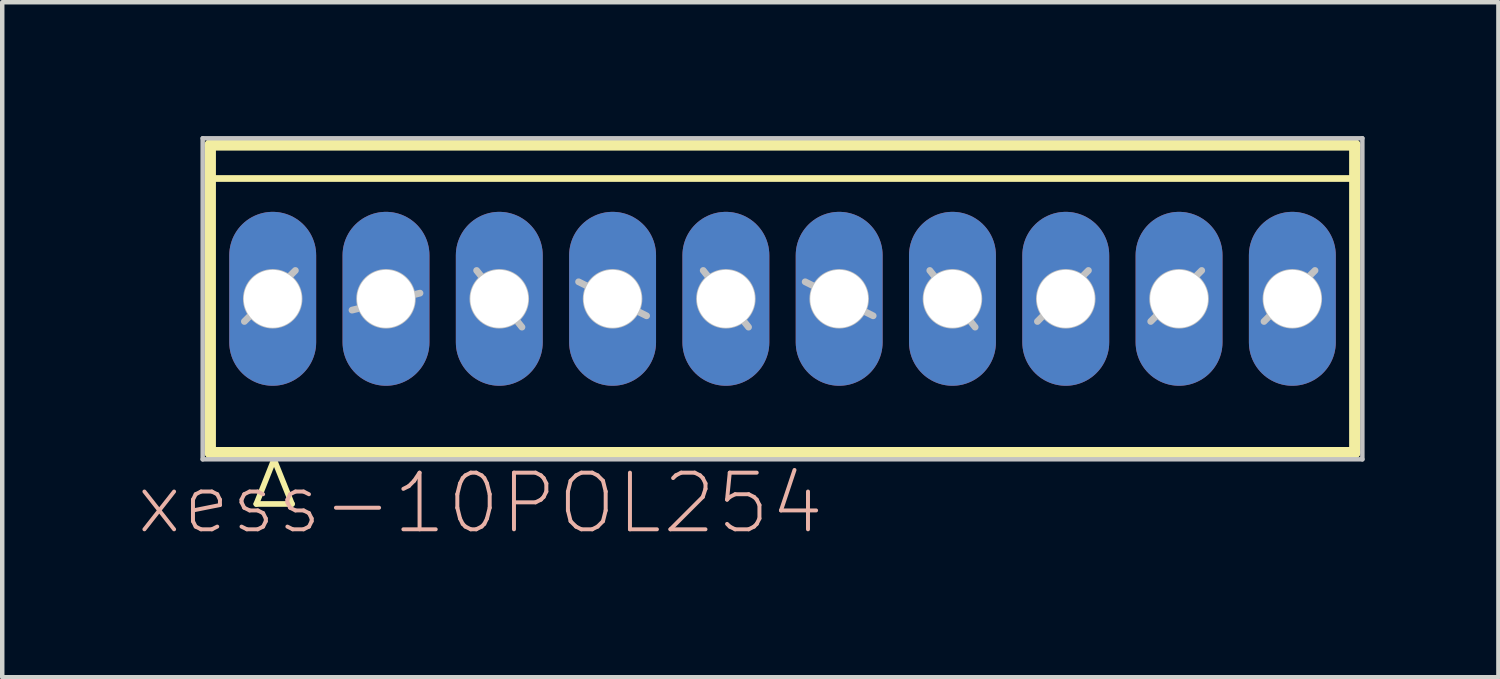
<source format=kicad_pcb>
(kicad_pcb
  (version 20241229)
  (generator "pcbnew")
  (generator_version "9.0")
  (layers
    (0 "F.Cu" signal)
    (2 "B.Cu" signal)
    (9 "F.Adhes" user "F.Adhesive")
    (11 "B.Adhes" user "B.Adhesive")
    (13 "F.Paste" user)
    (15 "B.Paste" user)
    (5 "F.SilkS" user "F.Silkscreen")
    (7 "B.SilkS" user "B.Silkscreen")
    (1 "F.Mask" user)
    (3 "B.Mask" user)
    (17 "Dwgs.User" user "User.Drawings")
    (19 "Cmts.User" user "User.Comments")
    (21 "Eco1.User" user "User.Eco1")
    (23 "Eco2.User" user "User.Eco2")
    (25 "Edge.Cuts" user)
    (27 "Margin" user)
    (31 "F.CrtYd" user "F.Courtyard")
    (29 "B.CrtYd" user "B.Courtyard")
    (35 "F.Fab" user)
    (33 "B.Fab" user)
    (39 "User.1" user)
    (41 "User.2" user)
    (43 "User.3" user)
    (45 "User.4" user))
  (footprint "xess-10POL254"
    (layer "F.Cu")
    (at 14.494 3.649)
    (property "Reference" "xess-10POL254" (at -6.777 4.585 0) (layer "B.SilkS") (effects (font (size 1.27 1.27) (thickness 0.089))))
    (attr exclude_from_pos_files exclude_from_bom)
    (fp_line (start -12.83 -3.449) (end -12.83 3.449) (stroke (width 0.254) (type solid)) (layer "F.SilkS"))
    (fp_line (start -12.83 3.449) (end 12.83 3.449) (stroke (width 0.254) (type solid)) (layer "F.SilkS"))
    (fp_line (start -12.718 -2.697) (end 12.718 -2.697) (stroke (width 0.152) (type solid)) (layer "F.SilkS"))
    (fp_line (start -11.798 4.6) (end -11.4 3.599) (stroke (width 0.127) (type solid)) (layer "F.SilkS"))
    (fp_line (start -11.4 3.599) (end -10.998 4.6) (stroke (width 0.127) (type solid)) (layer "F.SilkS"))
    (fp_line (start -10.998 4.6) (end -11.798 4.6) (stroke (width 0.127) (type solid)) (layer "F.SilkS"))
    (fp_line (start 12.83 -3.449) (end -12.83 -3.449) (stroke (width 0.254) (type solid)) (layer "F.SilkS"))
    (fp_line (start 12.83 3.449) (end 12.83 -3.449) (stroke (width 0.254) (type solid)) (layer "F.SilkS"))
    (fp_line (start -13 -3.599) (end -13 3.599) (stroke (width 0.1) (type solid)) (layer "Dwgs.User"))
    (fp_line (start -13 3.599) (end 13 3.599) (stroke (width 0.1) (type solid)) (layer "Dwgs.User"))
    (fp_line (start -12.065 0.508) (end -10.922 -0.635) (stroke (width 0.152) (type solid)) (layer "Dwgs.User"))
    (fp_line (start -9.652 0.254) (end -8.128 -0.127) (stroke (width 0.152) (type solid)) (layer "Dwgs.User"))
    (fp_line (start -6.858 -0.635) (end -5.842 0.635) (stroke (width 0.152) (type solid)) (layer "Dwgs.User"))
    (fp_line (start -4.572 -0.381) (end -3.048 0.381) (stroke (width 0.152) (type solid)) (layer "Dwgs.User"))
    (fp_line (start -1.778 -0.635) (end -0.762 0.635) (stroke (width 0.152) (type solid)) (layer "Dwgs.User"))
    (fp_line (start 0.508 -0.381) (end 2.032 0.381) (stroke (width 0.152) (type solid)) (layer "Dwgs.User"))
    (fp_line (start 3.302 -0.635) (end 4.318 0.635) (stroke (width 0.152) (type solid)) (layer "Dwgs.User"))
    (fp_line (start 5.715 0.508) (end 6.858 -0.635) (stroke (width 0.152) (type solid)) (layer "Dwgs.User"))
    (fp_line (start 8.255 0.508) (end 9.398 -0.635) (stroke (width 0.152) (type solid)) (layer "Dwgs.User"))
    (fp_line (start 10.795 0.508) (end 11.938 -0.635) (stroke (width 0.152) (type solid)) (layer "Dwgs.User"))
    (fp_line (start 13 -3.599) (end -13 -3.599) (stroke (width 0.1) (type solid)) (layer "Dwgs.User"))
    (fp_line (start 13 3.599) (end 13 -3.599) (stroke (width 0.1) (type solid)) (layer "Dwgs.User"))
    (fp_circle (center -11.43 0) (end -11.874 0.445) (stroke (width 0.076) (type solid)) (fill no) (layer "Dwgs.User"))
    (fp_circle (center -8.89 0) (end -9.335 0.445) (stroke (width 0.076) (type solid)) (fill no) (layer "Dwgs.User"))
    (fp_circle (center -6.35 0) (end -6.795 0.445) (stroke (width 0.076) (type solid)) (fill no) (layer "Dwgs.User"))
    (fp_circle (center -3.81 0) (end -4.255 0.445) (stroke (width 0.076) (type solid)) (fill no) (layer "Dwgs.User"))
    (fp_circle (center -1.27 0) (end -1.714 0.445) (stroke (width 0.076) (type solid)) (fill no) (layer "Dwgs.User"))
    (fp_circle (center 1.27 0) (end 1.714 0.445) (stroke (width 0.076) (type solid)) (fill no) (layer "Dwgs.User"))
    (fp_circle (center 3.81 0) (end 4.255 0.445) (stroke (width 0.076) (type solid)) (fill no) (layer "Dwgs.User"))
    (fp_circle (center 6.35 0) (end 6.795 0.445) (stroke (width 0.076) (type solid)) (fill no) (layer "Dwgs.User"))
    (fp_circle (center 8.89 0) (end 9.335 0.445) (stroke (width 0.076) (type solid)) (fill no) (layer "Dwgs.User"))
    (fp_circle (center 11.43 0) (end 11.874 0.445) (stroke (width 0.076) (type solid)) (fill no) (layer "Dwgs.User"))
    (pad "1" thru_hole oval (at -11.43 0) (size 1.948 3.899) (drill 1.298) (layers "*.Cu" "*.Mask"))
    (pad "2" thru_hole oval (at -8.89 0) (size 1.948 3.899) (drill 1.298) (layers "*.Cu" "*.Mask"))
    (pad "3" thru_hole oval (at -6.35 0) (size 1.948 3.899) (drill 1.298) (layers "*.Cu" "*.Mask"))
    (pad "4" thru_hole oval (at -3.81 0) (size 1.948 3.899) (drill 1.298) (layers "*.Cu" "*.Mask"))
    (pad "5" thru_hole oval (at -1.27 0) (size 1.948 3.899) (drill 1.298) (layers "*.Cu" "*.Mask"))
    (pad "6" thru_hole oval (at 1.27 0) (size 1.948 3.899) (drill 1.298) (layers "*.Cu" "*.Mask"))
    (pad "7" thru_hole oval (at 3.81 0) (size 1.948 3.899) (drill 1.298) (layers "*.Cu" "*.Mask"))
    (pad "8" thru_hole oval (at 6.35 0) (size 1.948 3.899) (drill 1.298) (layers "*.Cu" "*.Mask"))
    (pad "9" thru_hole oval (at 8.89 0) (size 1.948 3.899) (drill 1.298) (layers "*.Cu" "*.Mask"))
    (pad "10" thru_hole oval (at 11.43 0) (size 1.948 3.899) (drill 1.298) (layers "*.Cu" "*.Mask")))
  (gr_rect
    (start -3 -3)
    (end 30.544 12.133)
    (stroke (width 0.1) (type default))
    (fill no)
    (layer "Edge.Cuts")))
</source>
